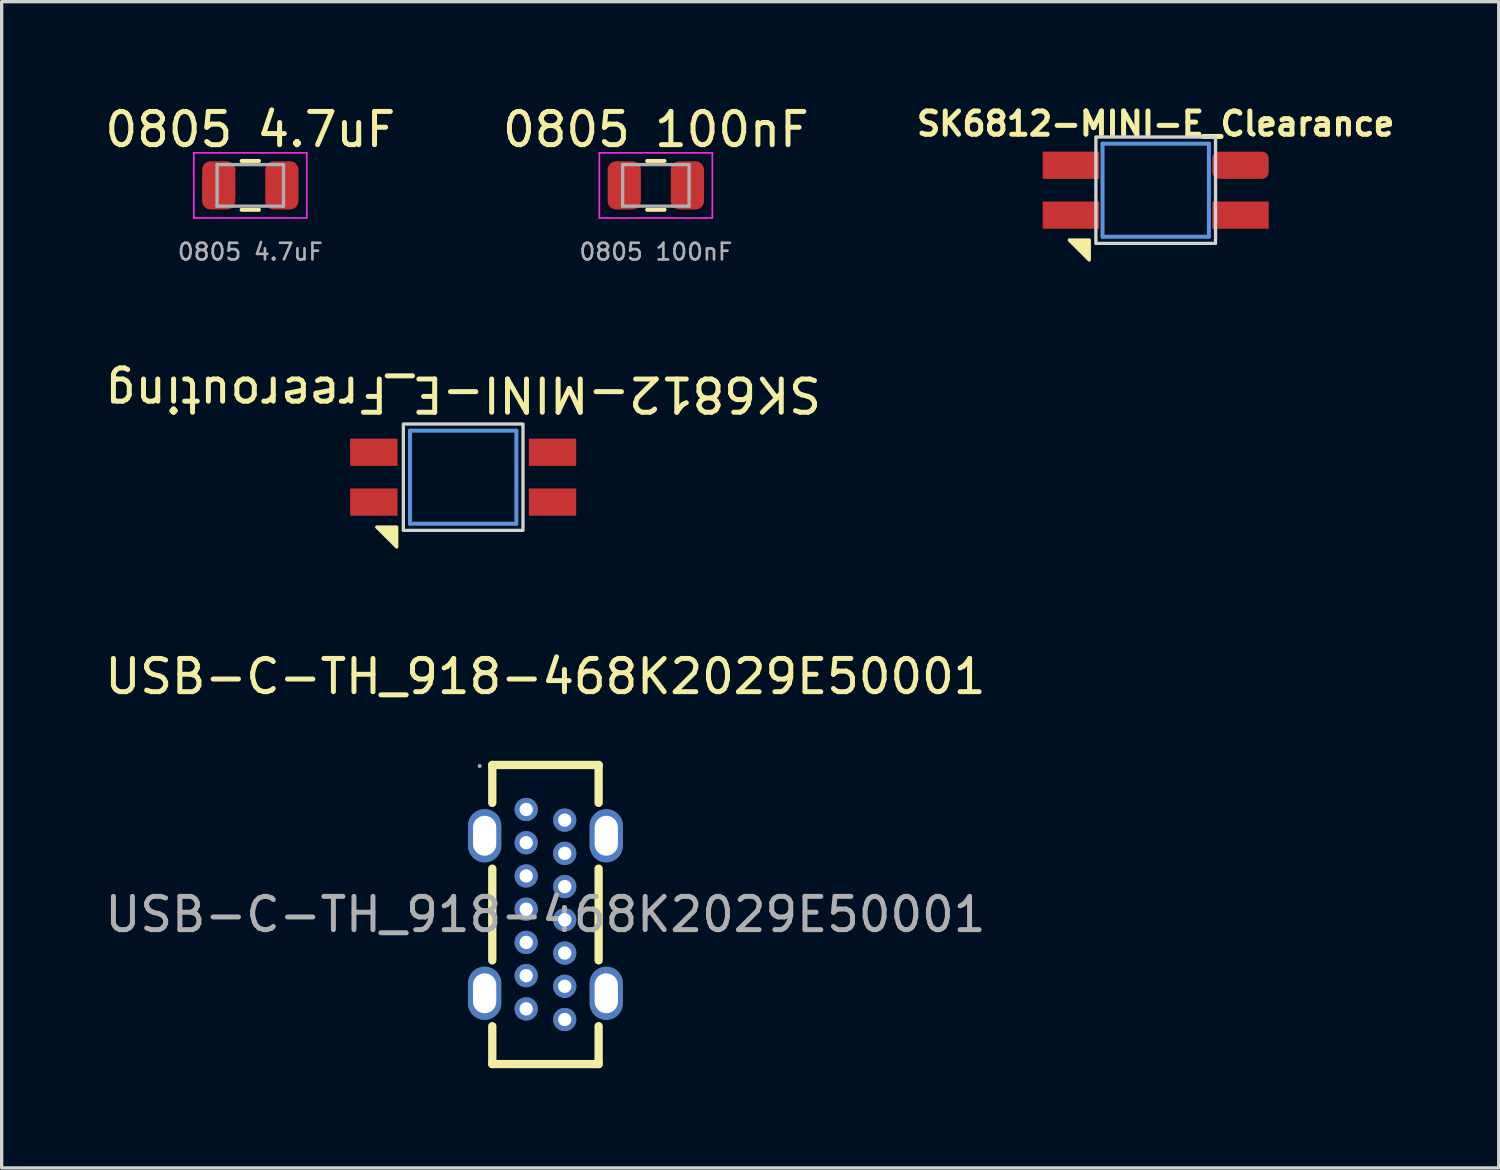
<source format=kicad_pcb>
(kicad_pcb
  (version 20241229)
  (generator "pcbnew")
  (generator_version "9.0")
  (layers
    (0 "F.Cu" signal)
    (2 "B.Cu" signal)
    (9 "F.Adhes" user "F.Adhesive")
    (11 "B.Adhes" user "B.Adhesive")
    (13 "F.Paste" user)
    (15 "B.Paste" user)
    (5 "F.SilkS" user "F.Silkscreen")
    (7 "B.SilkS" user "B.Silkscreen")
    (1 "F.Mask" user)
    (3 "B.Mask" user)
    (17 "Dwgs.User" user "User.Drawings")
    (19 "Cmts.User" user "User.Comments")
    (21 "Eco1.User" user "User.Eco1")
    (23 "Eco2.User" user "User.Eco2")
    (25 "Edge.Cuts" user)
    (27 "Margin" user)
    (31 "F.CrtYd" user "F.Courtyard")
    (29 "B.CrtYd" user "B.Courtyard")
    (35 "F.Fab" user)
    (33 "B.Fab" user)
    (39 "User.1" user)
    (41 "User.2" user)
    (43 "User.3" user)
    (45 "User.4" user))
  (footprint "0805 4.7uF"
    (layer "F.Cu")
    (at 4.482 2.528)
    (property "Reference" "0805 4.7uF" (at 0 -1.68 0) (layer "F.SilkS") (effects (font (size 1 1) (thickness 0.15))))
    (attr smd)
    (fp_line (start -0.261 -0.735) (end 0.261 -0.735) (stroke (width 0.12) (type solid)) (layer "F.SilkS"))
    (fp_line (start -0.261 0.735) (end 0.261 0.735) (stroke (width 0.12) (type solid)) (layer "F.SilkS"))
    (fp_line (start -1.7 -0.98) (end 1.7 -0.98) (stroke (width 0.05) (type solid)) (layer "F.CrtYd"))
    (fp_line (start -1.7 0.98) (end -1.7 -0.98) (stroke (width 0.05) (type solid)) (layer "F.CrtYd"))
    (fp_line (start 1.7 -0.98) (end 1.7 0.98) (stroke (width 0.05) (type solid)) (layer "F.CrtYd"))
    (fp_line (start 1.7 0.98) (end -1.7 0.98) (stroke (width 0.05) (type solid)) (layer "F.CrtYd"))
    (fp_line (start -1 -0.625) (end 1 -0.625) (stroke (width 0.1) (type solid)) (layer "F.Fab"))
    (fp_line (start -1 0.625) (end -1 -0.625) (stroke (width 0.1) (type solid)) (layer "F.Fab"))
    (fp_line (start 1 -0.625) (end 1 0.625) (stroke (width 0.1) (type solid)) (layer "F.Fab"))
    (fp_line (start 1 0.625) (end -1 0.625) (stroke (width 0.1) (type solid)) (layer "F.Fab"))
    (fp_text user "${REFERENCE}" (at 0 2 0) (layer "F.Fab") (effects (font (size 0.5 0.5) (thickness 0.08))))
    (pad "1" smd roundrect (at -0.95 0) (size 1 1.45) (layers "F.Cu" "F.Mask" "F.Paste") (roundrect_rratio 0.25))
    (pad "2" smd roundrect (at 0.95 0) (size 1 1.45) (layers "F.Cu" "F.Mask" "F.Paste") (roundrect_rratio 0.25)))
  (footprint "USB-C-TH_918-468K2029E50001"
    (layer "F.Cu")
    (at 13.363 24.468)
    (property "Reference" "USB-C-TH_918-468K2029E50001" (at 0 -7.16 0) (layer "F.SilkS") (effects (font (size 1 1) (thickness 0.15))))
    (attr through_hole)
    (fp_line (start -1.6 -4.5) (end -1.6 -3.36) (stroke (width 0.25) (type solid)) (layer "F.SilkS"))
    (fp_line (start -1.6 -1.38) (end -1.6 1.38) (stroke (width 0.25) (type solid)) (layer "F.SilkS"))
    (fp_line (start -1.6 3.36) (end -1.6 4.5) (stroke (width 0.25) (type solid)) (layer "F.SilkS"))
    (fp_line (start 1.6 -4.5) (end -1.6 -4.5) (stroke (width 0.25) (type solid)) (layer "F.SilkS"))
    (fp_line (start 1.6 -4.5) (end 1.6 -3.36) (stroke (width 0.25) (type solid)) (layer "F.SilkS"))
    (fp_line (start 1.6 -1.38) (end 1.6 1.38) (stroke (width 0.25) (type solid)) (layer "F.SilkS"))
    (fp_line (start 1.6 3.36) (end 1.6 4.5) (stroke (width 0.25) (type solid)) (layer "F.SilkS"))
    (fp_line (start 1.6 4.5) (end -1.6 4.5) (stroke (width 0.25) (type solid)) (layer "F.SilkS"))
    (fp_circle (center -1.98 -4.47) (end -1.95 -4.47) (stroke (width 0.06) (type solid)) (fill no) (layer "F.Fab"))
    (fp_text user "${REFERENCE}" (at 0 0 0) (layer "F.Fab") (effects (font (size 1 1) (thickness 0.15))))
    (pad "1" thru_hole oval (at -1.83 -2.37) (size 1 1.6) (drill oval 0.7 1.2) (layers "*.Cu" "*.Mask"))
    (pad "1" thru_hole oval (at 1.83 -2.37) (size 1 1.6) (drill oval 0.7 1.2) (layers "*.Cu" "*.Mask"))
    (pad "2" thru_hole oval (at -1.83 2.37) (size 1 1.6) (drill oval 0.7 1.2) (layers "*.Cu" "*.Mask"))
    (pad "2" thru_hole oval (at 1.83 2.37) (size 1 1.6) (drill oval 0.7 1.2) (layers "*.Cu" "*.Mask"))
    (pad "A1" thru_hole circle (at 0.58 -2.84) (size 0.7 0.7) (drill 0.4) (layers "*.Cu" "*.Mask"))
    (pad "A4" thru_hole circle (at 0.58 -1.84) (size 0.7 0.7) (drill 0.4) (layers "*.Cu" "*.Mask"))
    (pad "A5" thru_hole circle (at 0.58 -0.84) (size 0.7 0.7) (drill 0.4) (layers "*.Cu" "*.Mask"))
    (pad "A6" thru_hole circle (at 0.58 0.16) (size 0.7 0.7) (drill 0.4) (layers "*.Cu" "*.Mask"))
    (pad "A7" thru_hole circle (at 0.58 1.16) (size 0.7 0.7) (drill 0.4) (layers "*.Cu" "*.Mask"))
    (pad "A9" thru_hole circle (at 0.58 2.16) (size 0.7 0.7) (drill 0.4) (layers "*.Cu" "*.Mask"))
    (pad "A12" thru_hole circle (at 0.58 3.16) (size 0.7 0.7) (drill 0.4) (layers "*.Cu" "*.Mask"))
    (pad "B1" thru_hole circle (at -0.58 2.84) (size 0.7 0.7) (drill 0.4) (layers "*.Cu" "*.Mask"))
    (pad "B4" thru_hole circle (at -0.58 1.84) (size 0.7 0.7) (drill 0.4) (layers "*.Cu" "*.Mask"))
    (pad "B5" thru_hole circle (at -0.58 0.84) (size 0.7 0.7) (drill 0.4) (layers "*.Cu" "*.Mask"))
    (pad "B6" thru_hole circle (at -0.58 -0.16) (size 0.7 0.7) (drill 0.4) (layers "*.Cu" "*.Mask"))
    (pad "B7" thru_hole circle (at -0.58 -1.16) (size 0.7 0.7) (drill 0.4) (layers "*.Cu" "*.Mask"))
    (pad "B9" thru_hole circle (at -0.58 -2.16) (size 0.7 0.7) (drill 0.4) (layers "*.Cu" "*.Mask"))
    (pad "B12" thru_hole circle (at -0.58 -3.16) (size 0.7 0.7) (drill 0.4) (layers "*.Cu" "*.Mask")))
  (footprint "SK6812-MINI-E_Clearance"
    (layer "F.Cu")
    (at 31.726 2.673)
    (property "Reference" "SK6812-MINI-E_Clearance" (at 0 -2 0) (unlocked yes) (layer "F.SilkS") (effects (font (size 0.7 0.7) (thickness 0.15))))
    (attr through_hole)
    (fp_poly (pts (xy -2.6 1.5) (xy -2 1.5) (xy -2 2.1)) (stroke (width 0.1) (type solid)) (fill yes) (layer "F.SilkS"))
    (fp_line (start -1.6 -1.4) (end 1.6 -1.4) (stroke (width 0.12) (type solid)) (layer "Cmts.User"))
    (fp_line (start -1.6 1.4) (end -1.6 -1.4) (stroke (width 0.12) (type solid)) (layer "Cmts.User"))
    (fp_line (start 1.6 -1.4) (end 1.6 1.4) (stroke (width 0.12) (type solid)) (layer "Cmts.User"))
    (fp_line (start 1.6 1.4) (end -1.6 1.4) (stroke (width 0.12) (type solid)) (layer "Cmts.User"))
    (fp_rect (start -1.8 -1.6) (end 1.8 1.6) (stroke (width 0.1) (type default)) (fill no) (layer "Edge.Cuts"))
    (pad "1" smd rect (at 2.55 0.75) (size 1.7 0.82) (layers "F.Cu" "F.Mask" "F.Paste"))
    (pad "2" smd rect (at -2.55 0.75) (size 1.7 0.82) (layers "F.Cu" "F.Mask" "F.Paste"))
    (pad "3" smd rect (at -2.55 -0.75) (size 1.7 0.82) (layers "F.Cu" "F.Mask" "F.Paste"))
    (pad "4" smd roundrect (at 2.55 -0.75) (size 1.7 0.82) (layers "F.Cu" "F.Mask" "F.Paste") (roundrect_rratio 0.25)))
  (footprint "0805 100nF"
    (layer "F.Cu")
    (at 16.685 2.528)
    (property "Reference" "0805 100nF" (at 0 -1.68 0) (layer "F.SilkS") (effects (font (size 1 1) (thickness 0.15))))
    (attr smd)
    (fp_line (start -0.261 -0.735) (end 0.261 -0.735) (stroke (width 0.12) (type solid)) (layer "F.SilkS"))
    (fp_line (start -0.261 0.735) (end 0.261 0.735) (stroke (width 0.12) (type solid)) (layer "F.SilkS"))
    (fp_line (start -1.7 -0.98) (end 1.7 -0.98) (stroke (width 0.05) (type solid)) (layer "F.CrtYd"))
    (fp_line (start -1.7 0.98) (end -1.7 -0.98) (stroke (width 0.05) (type solid)) (layer "F.CrtYd"))
    (fp_line (start 1.7 -0.98) (end 1.7 0.98) (stroke (width 0.05) (type solid)) (layer "F.CrtYd"))
    (fp_line (start 1.7 0.98) (end -1.7 0.98) (stroke (width 0.05) (type solid)) (layer "F.CrtYd"))
    (fp_line (start -1 -0.625) (end 1 -0.625) (stroke (width 0.1) (type solid)) (layer "F.Fab"))
    (fp_line (start -1 0.625) (end -1 -0.625) (stroke (width 0.1) (type solid)) (layer "F.Fab"))
    (fp_line (start 1 -0.625) (end 1 0.625) (stroke (width 0.1) (type solid)) (layer "F.Fab"))
    (fp_line (start 1 0.625) (end -1 0.625) (stroke (width 0.1) (type solid)) (layer "F.Fab"))
    (fp_text user "${REFERENCE}" (at 0 2 0) (layer "F.Fab") (effects (font (size 0.5 0.5) (thickness 0.08))))
    (pad "1" smd roundrect (at -0.95 0) (size 1 1.45) (layers "F.Cu" "F.Mask" "F.Paste") (roundrect_rratio 0.25))
    (pad "2" smd roundrect (at 0.95 0) (size 1 1.45) (layers "F.Cu" "F.Mask" "F.Paste") (roundrect_rratio 0.25)))
  (footprint "SK6812-MINI-E_Freerouting"
    (layer "F.Cu")
    (at 10.887 11.309)
    (property "Reference" "SK6812-MINI-E_Freerouting" (at 0 -2.5 180) (unlocked yes) (layer "F.SilkS") (effects (font (size 1 1) (thickness 0.15))))
    (attr through_hole)
    (fp_poly (pts (xy -2.6 1.5) (xy -2 1.5) (xy -2 2.1)) (stroke (width 0.1) (type solid)) (fill yes) (layer "F.SilkS"))
    (fp_line (start -1.6 -1.4) (end 1.6 -1.4) (stroke (width 0.12) (type solid)) (layer "Cmts.User"))
    (fp_line (start -1.6 1.4) (end -1.6 -1.4) (stroke (width 0.12) (type solid)) (layer "Cmts.User"))
    (fp_line (start 1.6 -1.4) (end 1.6 1.4) (stroke (width 0.12) (type solid)) (layer "Cmts.User"))
    (fp_line (start 1.6 1.4) (end -1.6 1.4) (stroke (width 0.12) (type solid)) (layer "Cmts.User"))
    (fp_rect (start -1.8 -1.6) (end 1.8 1.6) (stroke (width 0.1) (type default)) (fill no) (layer "Edge.Cuts"))
    (pad "1" smd rect (at 2.688 0.75) (size 1.425 0.82) (layers "F.Cu" "F.Mask" "F.Paste"))
    (pad "2" smd rect (at -2.688 0.75) (size 1.425 0.82) (layers "F.Cu" "F.Mask" "F.Paste"))
    (pad "3" smd rect (at -2.688 -0.75) (size 1.425 0.82) (layers "F.Cu" "F.Mask" "F.Paste"))
    (pad "4" smd rect (at 2.688 -0.75) (size 1.425 0.82) (layers "F.Cu" "F.Mask" "F.Paste")))
  (gr_rect
    (start -3 -3)
    (end 42.048 32.093)
    (stroke (width 0.1) (type default))
    (fill no)
    (layer "Edge.Cuts")))
</source>
